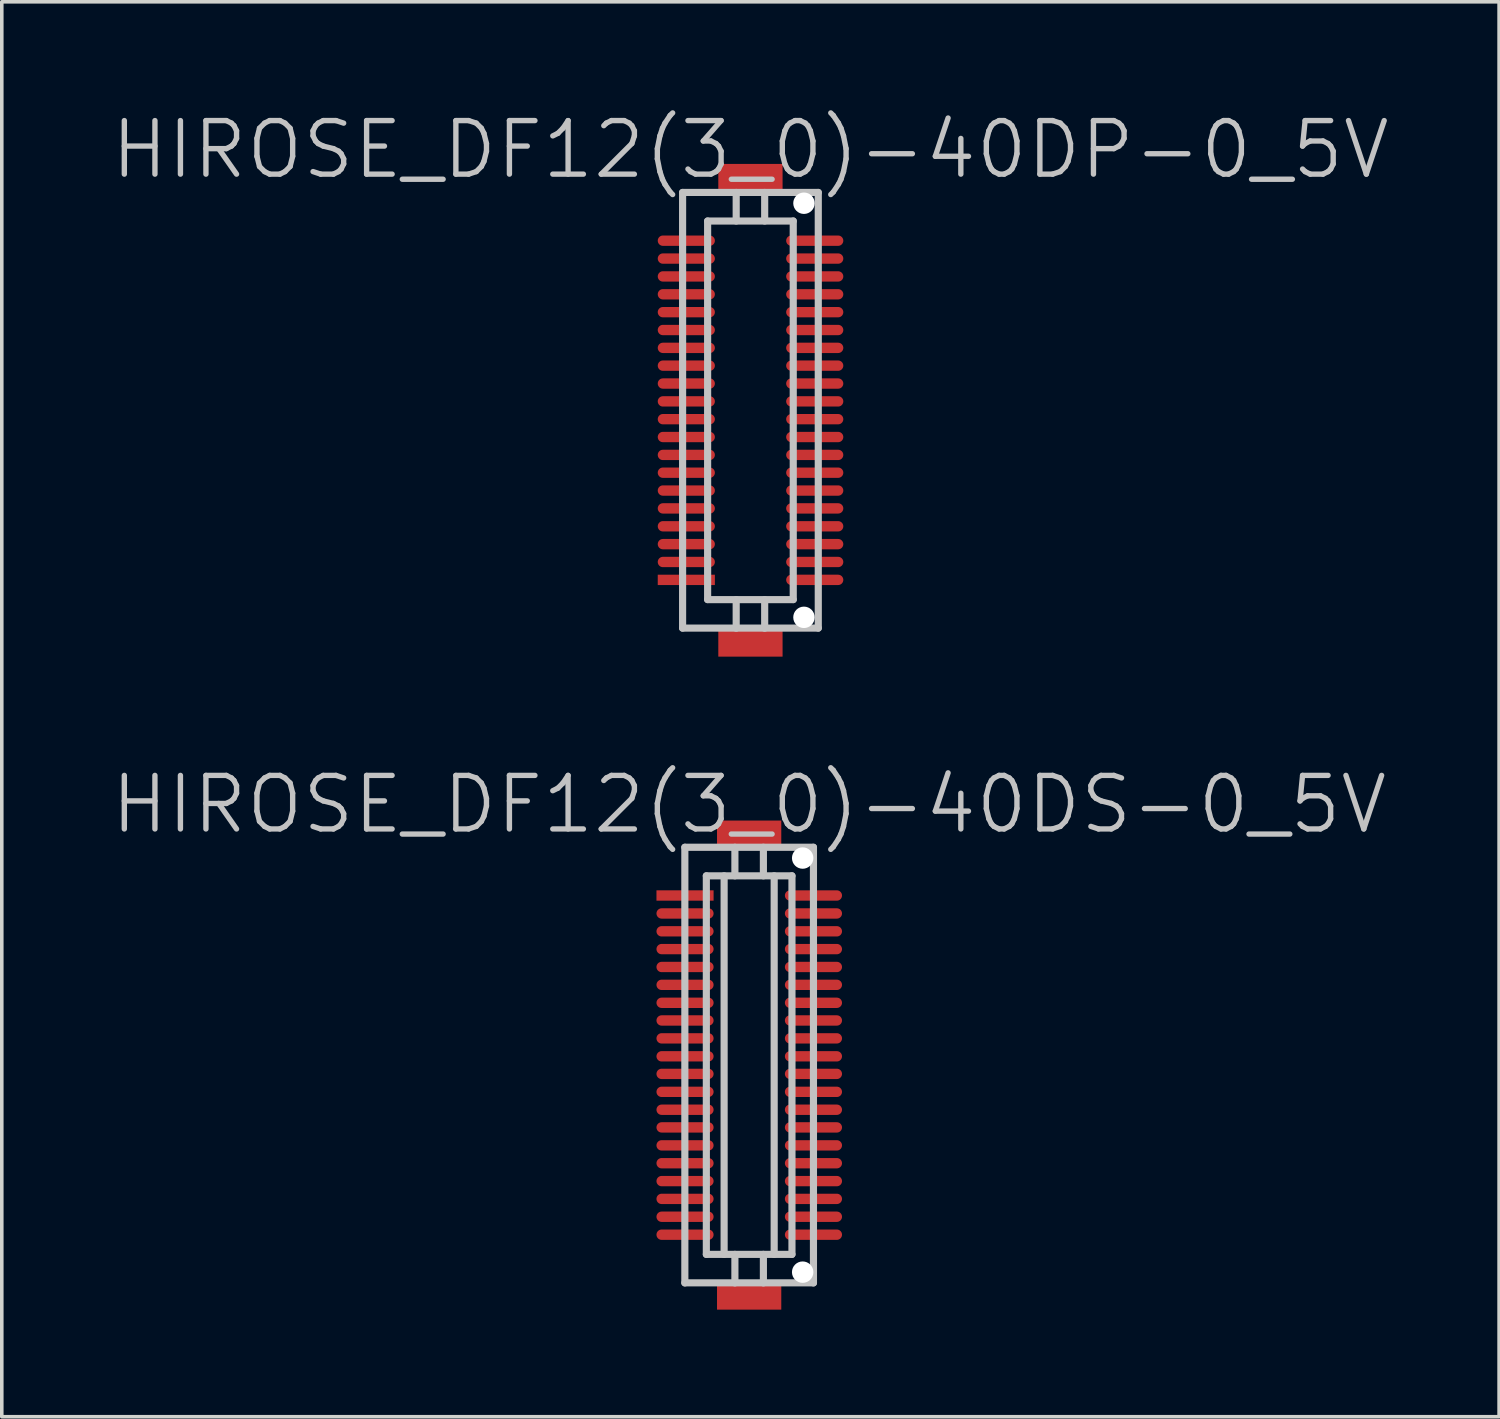
<source format=kicad_pcb>
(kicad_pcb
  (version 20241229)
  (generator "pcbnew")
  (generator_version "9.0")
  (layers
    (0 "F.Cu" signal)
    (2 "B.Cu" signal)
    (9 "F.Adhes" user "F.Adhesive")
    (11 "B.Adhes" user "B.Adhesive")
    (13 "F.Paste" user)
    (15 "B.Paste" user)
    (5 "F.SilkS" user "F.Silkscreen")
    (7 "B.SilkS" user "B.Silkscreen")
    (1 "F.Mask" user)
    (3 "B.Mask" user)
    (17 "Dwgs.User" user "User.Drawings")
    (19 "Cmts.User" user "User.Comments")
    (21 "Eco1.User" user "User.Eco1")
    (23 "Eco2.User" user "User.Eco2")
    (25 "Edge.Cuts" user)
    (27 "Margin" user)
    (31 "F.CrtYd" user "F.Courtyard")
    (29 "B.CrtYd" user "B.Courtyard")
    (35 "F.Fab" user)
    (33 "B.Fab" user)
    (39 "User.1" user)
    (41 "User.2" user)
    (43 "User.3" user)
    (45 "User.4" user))
  (footprint "HIROSE_DF12(3_0)-40DS-0_5V"
    (layer "F.Cu")
    (at 17.932 26.781)
    (property "Reference" "HIROSE_DF12(3_0)-40DS-0_5V" (at 0 -7.3 180) (layer "Dwgs.User") (effects (font (size 1.5 1.5) (thickness 0.15))))
    (attr smd)
    (fp_line (start -1.801 -6.101) (end 1.801 -6.101) (stroke (width 0.2) (type solid)) (layer "Dwgs.User"))
    (fp_line (start -1.801 6.101) (end -1.801 -6.101) (stroke (width 0.2) (type solid)) (layer "Dwgs.User"))
    (fp_line (start -1.199 -5.301) (end -1.199 5.301) (stroke (width 0.2) (type solid)) (layer "Dwgs.User"))
    (fp_line (start -1.199 -5.301) (end 1.199 -5.301) (stroke (width 0.2) (type solid)) (layer "Dwgs.User"))
    (fp_line (start -0.701 5.301) (end -0.701 -5.301) (stroke (width 0.2) (type solid)) (layer "Dwgs.User"))
    (fp_line (start -0.399 -5.301) (end -0.399 -6.101) (stroke (width 0.2) (type solid)) (layer "Dwgs.User"))
    (fp_line (start -0.399 6.101) (end -0.399 5.301) (stroke (width 0.2) (type solid)) (layer "Dwgs.User"))
    (fp_line (start 0.399 -5.301) (end 0.399 -6.101) (stroke (width 0.2) (type solid)) (layer "Dwgs.User"))
    (fp_line (start 0.399 5.301) (end 0.399 6.101) (stroke (width 0.2) (type solid)) (layer "Dwgs.User"))
    (fp_line (start 0.701 -5.301) (end 0.701 5.301) (stroke (width 0.2) (type solid)) (layer "Dwgs.User"))
    (fp_line (start 1.199 5.301) (end -1.199 5.301) (stroke (width 0.2) (type solid)) (layer "Dwgs.User"))
    (fp_line (start 1.199 5.301) (end 1.199 -5.301) (stroke (width 0.2) (type solid)) (layer "Dwgs.User"))
    (fp_line (start 1.801 -6.101) (end 1.801 6.101) (stroke (width 0.2) (type solid)) (layer "Dwgs.User"))
    (fp_line (start 1.801 6.099) (end -1.801 6.099) (stroke (width 0.2) (type solid)) (layer "Dwgs.User"))
    (pad "" smd rect (at 0 -6.449 270) (size 0.8 1.8) (layers "F.Cu" "F.Mask" "F.Paste"))
    (pad "" smd rect (at 0 6.449 270) (size 0.8 1.8) (layers "F.Cu" "F.Mask" "F.Paste"))
    (pad "" np_thru_hole circle (at 1.499 -5.799 270) (size 0.6 0.6) (drill 0.6) (layers "*.Cu" "*.Mask"))
    (pad "" np_thru_hole circle (at 1.499 5.799 270) (size 0.6 0.6) (drill 0.6) (layers "*.Cu" "*.Mask"))
    (pad "1" smd rect (at -1.796 -4.75 270) (size 0.29 1.6) (layers "F.Cu" "F.Mask" "F.Paste"))
    (pad "2" smd oval (at -1.796 -4.247 270) (size 0.29 1.6) (layers "F.Cu" "F.Mask" "F.Paste"))
    (pad "3" smd oval (at -1.796 -3.747 270) (size 0.29 1.6) (layers "F.Cu" "F.Mask" "F.Paste"))
    (pad "4" smd oval (at -1.796 -3.249 270) (size 0.29 1.6) (layers "F.Cu" "F.Mask" "F.Paste"))
    (pad "5" smd oval (at -1.796 -2.748 270) (size 0.29 1.6) (layers "F.Cu" "F.Mask" "F.Paste"))
    (pad "6" smd oval (at -1.796 -2.248 270) (size 0.29 1.6) (layers "F.Cu" "F.Mask" "F.Paste"))
    (pad "7" smd oval (at -1.796 -1.745 270) (size 0.29 1.6) (layers "F.Cu" "F.Mask" "F.Paste"))
    (pad "8" smd oval (at -1.796 -1.25 270) (size 0.29 1.6) (layers "F.Cu" "F.Mask" "F.Paste"))
    (pad "9" smd oval (at -1.796 -0.749 270) (size 0.29 1.6) (layers "F.Cu" "F.Mask" "F.Paste"))
    (pad "10" smd oval (at -1.796 -0.246 270) (size 0.29 1.6) (layers "F.Cu" "F.Mask" "F.Paste"))
    (pad "11" smd oval (at -1.796 0.246 270) (size 0.29 1.6) (layers "F.Cu" "F.Mask" "F.Paste"))
    (pad "12" smd oval (at -1.796 0.749 270) (size 0.29 1.6) (layers "F.Cu" "F.Mask" "F.Paste"))
    (pad "13" smd oval (at -1.796 1.25 270) (size 0.29 1.6) (layers "F.Cu" "F.Mask" "F.Paste"))
    (pad "14" smd oval (at -1.796 1.745 270) (size 0.29 1.6) (layers "F.Cu" "F.Mask" "F.Paste"))
    (pad "15" smd oval (at -1.796 2.248 270) (size 0.29 1.6) (layers "F.Cu" "F.Mask" "F.Paste"))
    (pad "16" smd oval (at -1.796 2.748 270) (size 0.29 1.6) (layers "F.Cu" "F.Mask" "F.Paste"))
    (pad "17" smd oval (at -1.796 3.249 270) (size 0.29 1.6) (layers "F.Cu" "F.Mask" "F.Paste"))
    (pad "18" smd oval (at -1.796 3.747 270) (size 0.29 1.6) (layers "F.Cu" "F.Mask" "F.Paste"))
    (pad "19" smd oval (at -1.796 4.247 270) (size 0.29 1.6) (layers "F.Cu" "F.Mask" "F.Paste"))
    (pad "20" smd oval (at -1.796 4.75 270) (size 0.29 1.6) (layers "F.Cu" "F.Mask" "F.Paste"))
    (pad "21" smd oval (at 1.801 4.75 270) (size 0.29 1.6) (layers "F.Cu" "F.Mask" "F.Paste"))
    (pad "22" smd oval (at 1.801 4.247 270) (size 0.29 1.6) (layers "F.Cu" "F.Mask" "F.Paste"))
    (pad "23" smd oval (at 1.801 3.747 270) (size 0.29 1.6) (layers "F.Cu" "F.Mask" "F.Paste"))
    (pad "24" smd oval (at 1.801 3.249 270) (size 0.29 1.6) (layers "F.Cu" "F.Mask" "F.Paste"))
    (pad "25" smd oval (at 1.801 2.748 270) (size 0.29 1.6) (layers "F.Cu" "F.Mask" "F.Paste"))
    (pad "26" smd oval (at 1.801 2.248 270) (size 0.29 1.6) (layers "F.Cu" "F.Mask" "F.Paste"))
    (pad "27" smd oval (at 1.801 1.745 270) (size 0.29 1.6) (layers "F.Cu" "F.Mask" "F.Paste"))
    (pad "28" smd oval (at 1.801 1.25 270) (size 0.29 1.6) (layers "F.Cu" "F.Mask" "F.Paste"))
    (pad "29" smd oval (at 1.801 0.749 270) (size 0.29 1.6) (layers "F.Cu" "F.Mask" "F.Paste"))
    (pad "30" smd oval (at 1.801 0.246 270) (size 0.29 1.6) (layers "F.Cu" "F.Mask" "F.Paste"))
    (pad "31" smd oval (at 1.801 -0.246 270) (size 0.29 1.6) (layers "F.Cu" "F.Mask" "F.Paste"))
    (pad "32" smd oval (at 1.801 -0.749 270) (size 0.29 1.6) (layers "F.Cu" "F.Mask" "F.Paste"))
    (pad "33" smd oval (at 1.801 -1.25 270) (size 0.29 1.6) (layers "F.Cu" "F.Mask" "F.Paste"))
    (pad "34" smd oval (at 1.801 -1.745 270) (size 0.29 1.6) (layers "F.Cu" "F.Mask" "F.Paste"))
    (pad "35" smd oval (at 1.801 -2.248 270) (size 0.29 1.6) (layers "F.Cu" "F.Mask" "F.Paste"))
    (pad "36" smd oval (at 1.801 -2.748 270) (size 0.29 1.6) (layers "F.Cu" "F.Mask" "F.Paste"))
    (pad "37" smd oval (at 1.801 -3.249 270) (size 0.29 1.6) (layers "F.Cu" "F.Mask" "F.Paste"))
    (pad "38" smd oval (at 1.801 -3.747 270) (size 0.29 1.6) (layers "F.Cu" "F.Mask" "F.Paste"))
    (pad "39" smd oval (at 1.801 -4.247 270) (size 0.29 1.6) (layers "F.Cu" "F.Mask" "F.Paste"))
    (pad "40" smd oval (at 1.801 -4.75 270) (size 0.29 1.6) (layers "F.Cu" "F.Mask" "F.Paste")))
  (footprint "HIROSE_DF12(3_0)-40DP-0_5V"
    (layer "F.Cu")
    (at 17.968 8.441)
    (property "Reference" "HIROSE_DF12(3_0)-40DP-0_5V" (at 0 -7.3 180) (layer "Dwgs.User") (effects (font (size 1.5 1.5) (thickness 0.15))))
    (attr smd)
    (fp_line (start -1.9 -6.101) (end -1.9 6.101) (stroke (width 0.2) (type solid)) (layer "Dwgs.User"))
    (fp_line (start -1.9 6.101) (end 1.9 6.101) (stroke (width 0.2) (type solid)) (layer "Dwgs.User"))
    (fp_line (start -1.199 -5.301) (end 1.199 -5.301) (stroke (width 0.2) (type solid)) (layer "Dwgs.User"))
    (fp_line (start -1.199 5.301) (end -1.199 -5.301) (stroke (width 0.2) (type solid)) (layer "Dwgs.User"))
    (fp_line (start -0.399 -5.301) (end -0.399 -6.101) (stroke (width 0.2) (type solid)) (layer "Dwgs.User"))
    (fp_line (start -0.399 6.104) (end -0.399 5.304) (stroke (width 0.2) (type solid)) (layer "Dwgs.User"))
    (fp_line (start 0.399 -5.301) (end 0.399 -6.101) (stroke (width 0.2) (type solid)) (layer "Dwgs.User"))
    (fp_line (start 0.399 5.304) (end 0.399 6.104) (stroke (width 0.2) (type solid)) (layer "Dwgs.User"))
    (fp_line (start 1.199 -5.301) (end 1.199 5.301) (stroke (width 0.2) (type solid)) (layer "Dwgs.User"))
    (fp_line (start 1.199 5.304) (end -1.199 5.304) (stroke (width 0.2) (type solid)) (layer "Dwgs.User"))
    (fp_line (start 1.9 -6.101) (end -1.9 -6.101) (stroke (width 0.2) (type solid)) (layer "Dwgs.User"))
    (fp_line (start 1.9 6.101) (end 1.9 -6.101) (stroke (width 0.2) (type solid)) (layer "Dwgs.User"))
    (pad "" smd rect (at 0 -6.5 270) (size 0.8 1.8) (layers "F.Cu" "F.Mask" "F.Paste"))
    (pad "" smd rect (at 0 6.5 270) (size 0.8 1.8) (layers "F.Cu" "F.Mask" "F.Paste"))
    (pad "" np_thru_hole circle (at 1.499 -5.799 270) (size 0.6 0.6) (drill 0.6) (layers "*.Cu" "*.Mask"))
    (pad "" np_thru_hole circle (at 1.499 5.799 270) (size 0.6 0.6) (drill 0.6) (layers "*.Cu" "*.Mask"))
    (pad "1" smd rect (at -1.796 4.75 270) (size 0.29 1.6) (layers "F.Cu" "F.Mask" "F.Paste"))
    (pad "2" smd oval (at -1.796 4.249 270) (size 0.29 1.6) (layers "F.Cu" "F.Mask" "F.Paste"))
    (pad "3" smd oval (at -1.796 3.749 270) (size 0.29 1.6) (layers "F.Cu" "F.Mask" "F.Paste"))
    (pad "4" smd oval (at -1.796 3.249 270) (size 0.29 1.6) (layers "F.Cu" "F.Mask" "F.Paste"))
    (pad "5" smd oval (at -1.796 2.748 270) (size 0.29 1.6) (layers "F.Cu" "F.Mask" "F.Paste"))
    (pad "6" smd oval (at -1.796 2.248 270) (size 0.29 1.6) (layers "F.Cu" "F.Mask" "F.Paste"))
    (pad "7" smd oval (at -1.796 1.748 270) (size 0.29 1.6) (layers "F.Cu" "F.Mask" "F.Paste"))
    (pad "8" smd oval (at -1.796 1.25 270) (size 0.29 1.6) (layers "F.Cu" "F.Mask" "F.Paste"))
    (pad "9" smd oval (at -1.796 0.749 270) (size 0.29 1.6) (layers "F.Cu" "F.Mask" "F.Paste"))
    (pad "10" smd oval (at -1.796 0.249 270) (size 0.29 1.6) (layers "F.Cu" "F.Mask" "F.Paste"))
    (pad "11" smd oval (at -1.796 -0.249 270) (size 0.29 1.6) (layers "F.Cu" "F.Mask" "F.Paste"))
    (pad "12" smd oval (at -1.796 -0.749 270) (size 0.29 1.6) (layers "F.Cu" "F.Mask" "F.Paste"))
    (pad "13" smd oval (at -1.796 -1.25 270) (size 0.29 1.6) (layers "F.Cu" "F.Mask" "F.Paste"))
    (pad "14" smd oval (at -1.796 -1.748 270) (size 0.29 1.6) (layers "F.Cu" "F.Mask" "F.Paste"))
    (pad "15" smd oval (at -1.796 -2.248 270) (size 0.29 1.6) (layers "F.Cu" "F.Mask" "F.Paste"))
    (pad "16" smd oval (at -1.796 -2.748 270) (size 0.29 1.6) (layers "F.Cu" "F.Mask" "F.Paste"))
    (pad "17" smd oval (at -1.796 -3.249 270) (size 0.29 1.6) (layers "F.Cu" "F.Mask" "F.Paste"))
    (pad "18" smd oval (at -1.796 -3.749 270) (size 0.29 1.6) (layers "F.Cu" "F.Mask" "F.Paste"))
    (pad "19" smd oval (at -1.796 -4.249 270) (size 0.29 1.6) (layers "F.Cu" "F.Mask" "F.Paste"))
    (pad "20" smd oval (at -1.796 -4.75 270) (size 0.29 1.6) (layers "F.Cu" "F.Mask" "F.Paste"))
    (pad "21" smd oval (at 1.801 -4.75 270) (size 0.29 1.6) (layers "F.Cu" "F.Mask" "F.Paste"))
    (pad "22" smd oval (at 1.801 -4.249 270) (size 0.29 1.6) (layers "F.Cu" "F.Mask" "F.Paste"))
    (pad "23" smd oval (at 1.801 -3.749 270) (size 0.29 1.6) (layers "F.Cu" "F.Mask" "F.Paste"))
    (pad "24" smd oval (at 1.801 -3.249 270) (size 0.29 1.6) (layers "F.Cu" "F.Mask" "F.Paste"))
    (pad "25" smd oval (at 1.801 -2.748 270) (size 0.29 1.6) (layers "F.Cu" "F.Mask" "F.Paste"))
    (pad "26" smd oval (at 1.801 -2.248 270) (size 0.29 1.6) (layers "F.Cu" "F.Mask" "F.Paste"))
    (pad "27" smd oval (at 1.801 -1.748 270) (size 0.29 1.6) (layers "F.Cu" "F.Mask" "F.Paste"))
    (pad "28" smd oval (at 1.801 -1.25 270) (size 0.29 1.6) (layers "F.Cu" "F.Mask" "F.Paste"))
    (pad "29" smd oval (at 1.801 -0.749 270) (size 0.29 1.6) (layers "F.Cu" "F.Mask" "F.Paste"))
    (pad "30" smd oval (at 1.801 -0.249 270) (size 0.29 1.6) (layers "F.Cu" "F.Mask" "F.Paste"))
    (pad "31" smd oval (at 1.801 0.249 270) (size 0.29 1.6) (layers "F.Cu" "F.Mask" "F.Paste"))
    (pad "32" smd oval (at 1.801 0.749 270) (size 0.29 1.6) (layers "F.Cu" "F.Mask" "F.Paste"))
    (pad "33" smd oval (at 1.801 1.25 270) (size 0.29 1.6) (layers "F.Cu" "F.Mask" "F.Paste"))
    (pad "34" smd oval (at 1.801 1.748 270) (size 0.29 1.6) (layers "F.Cu" "F.Mask" "F.Paste"))
    (pad "35" smd oval (at 1.801 2.248 270) (size 0.29 1.6) (layers "F.Cu" "F.Mask" "F.Paste"))
    (pad "36" smd oval (at 1.801 2.748 270) (size 0.29 1.6) (layers "F.Cu" "F.Mask" "F.Paste"))
    (pad "37" smd oval (at 1.801 3.249 270) (size 0.29 1.6) (layers "F.Cu" "F.Mask" "F.Paste"))
    (pad "38" smd oval (at 1.801 3.749 270) (size 0.29 1.6) (layers "F.Cu" "F.Mask" "F.Paste"))
    (pad "39" smd oval (at 1.801 4.249 270) (size 0.29 1.6) (layers "F.Cu" "F.Mask" "F.Paste"))
    (pad "40" smd oval (at 1.801 4.75 270) (size 0.29 1.6) (layers "F.Cu" "F.Mask" "F.Paste")))
  (gr_rect
    (start -3 -3)
    (end 38.936 36.63)
    (stroke (width 0.1) (type default))
    (fill no)
    (layer "Edge.Cuts")))
</source>
